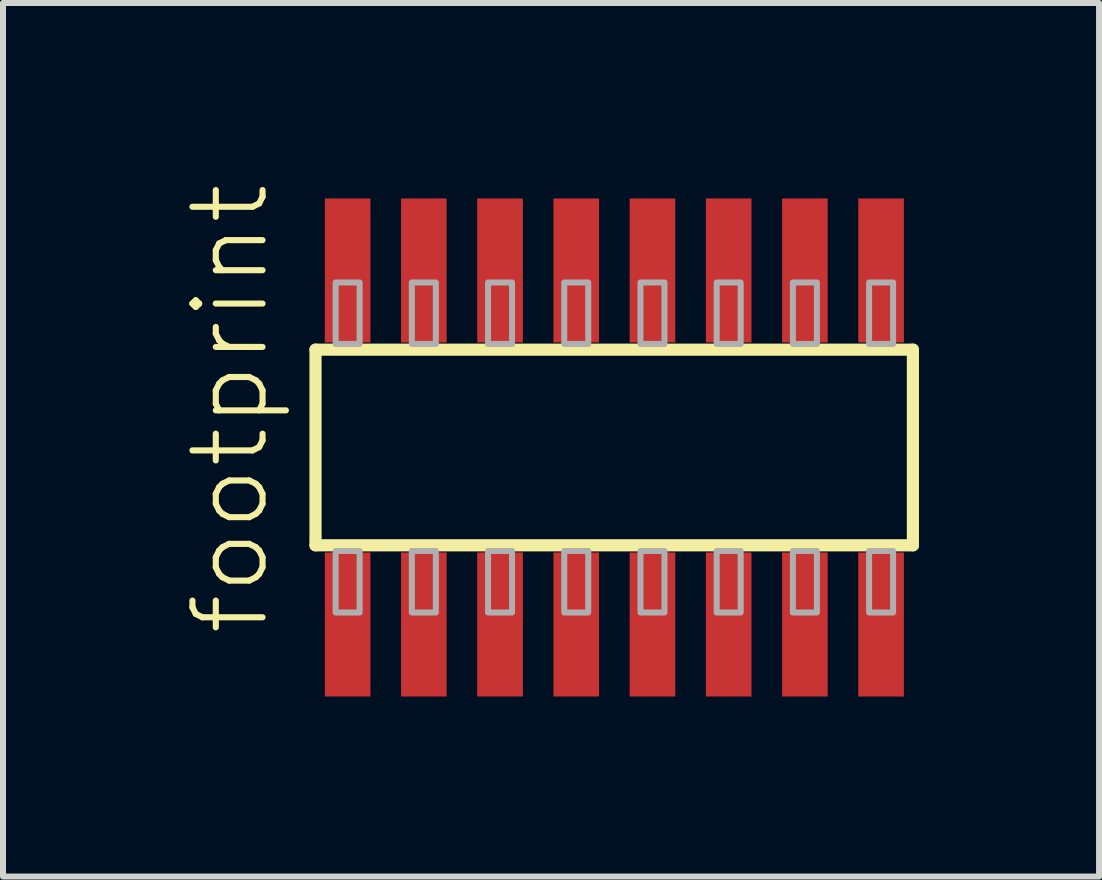
<source format=kicad_pcb>
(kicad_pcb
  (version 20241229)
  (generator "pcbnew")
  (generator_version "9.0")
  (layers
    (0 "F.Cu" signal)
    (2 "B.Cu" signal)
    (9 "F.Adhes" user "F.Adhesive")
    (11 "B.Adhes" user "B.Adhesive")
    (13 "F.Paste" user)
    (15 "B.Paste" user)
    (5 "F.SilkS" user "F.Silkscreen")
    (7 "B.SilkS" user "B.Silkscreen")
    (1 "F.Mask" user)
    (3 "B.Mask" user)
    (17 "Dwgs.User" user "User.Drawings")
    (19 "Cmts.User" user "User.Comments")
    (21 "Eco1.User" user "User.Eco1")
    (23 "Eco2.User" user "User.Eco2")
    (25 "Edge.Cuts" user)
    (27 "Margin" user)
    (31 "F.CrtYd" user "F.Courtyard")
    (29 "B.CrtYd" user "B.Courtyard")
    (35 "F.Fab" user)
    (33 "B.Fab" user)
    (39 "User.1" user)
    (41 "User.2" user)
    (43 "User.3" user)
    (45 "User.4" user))
  (footprint "footprint"
    (layer "F.Cu")
    (at 7.188 4.407)
    (property "Reference" "footprint" (at -5.715 3.175 90) (layer "F.SilkS") (effects (font (size 1.168 1.168) (thickness 0.102)) (justify left bottom)))
    (fp_line (start -4.98 -1.63) (end 4.975 -1.63) (stroke (width 0.203) (type solid)) (layer "F.SilkS"))
    (fp_line (start -4.98 1.63) (end -4.98 -1.63) (stroke (width 0.203) (type solid)) (layer "F.SilkS"))
    (fp_line (start 4.975 -1.63) (end 4.975 1.63) (stroke (width 0.203) (type solid)) (layer "F.SilkS"))
    (fp_line (start 4.975 1.63) (end -4.98 1.63) (stroke (width 0.203) (type solid)) (layer "F.SilkS"))
    (fp_poly (pts (xy -4.645 -1.725) (xy -4.245 -1.725) (xy -4.245 -2.75) (xy -4.645 -2.75)) (stroke (width 0.1) (type solid)) (fill no) (layer "F.Fab"))
    (fp_poly (pts (xy -4.245 1.725) (xy -4.645 1.725) (xy -4.645 2.75) (xy -4.245 2.75)) (stroke (width 0.1) (type solid)) (fill no) (layer "F.Fab"))
    (fp_poly (pts (xy -3.375 -1.725) (xy -2.975 -1.725) (xy -2.975 -2.75) (xy -3.375 -2.75)) (stroke (width 0.1) (type solid)) (fill no) (layer "F.Fab"))
    (fp_poly (pts (xy -2.975 1.725) (xy -3.375 1.725) (xy -3.375 2.75) (xy -2.975 2.75)) (stroke (width 0.1) (type solid)) (fill no) (layer "F.Fab"))
    (fp_poly (pts (xy -2.105 -1.725) (xy -1.705 -1.725) (xy -1.705 -2.75) (xy -2.105 -2.75)) (stroke (width 0.1) (type solid)) (fill no) (layer "F.Fab"))
    (fp_poly (pts (xy -1.705 1.725) (xy -2.105 1.725) (xy -2.105 2.75) (xy -1.705 2.75)) (stroke (width 0.1) (type solid)) (fill no) (layer "F.Fab"))
    (fp_poly (pts (xy -0.835 -1.725) (xy -0.435 -1.725) (xy -0.435 -2.75) (xy -0.835 -2.75)) (stroke (width 0.1) (type solid)) (fill no) (layer "F.Fab"))
    (fp_poly (pts (xy -0.435 1.725) (xy -0.835 1.725) (xy -0.835 2.75) (xy -0.435 2.75)) (stroke (width 0.1) (type solid)) (fill no) (layer "F.Fab"))
    (fp_poly (pts (xy 0.435 -1.725) (xy 0.835 -1.725) (xy 0.835 -2.75) (xy 0.435 -2.75)) (stroke (width 0.1) (type solid)) (fill no) (layer "F.Fab"))
    (fp_poly (pts (xy 0.835 1.725) (xy 0.435 1.725) (xy 0.435 2.75) (xy 0.835 2.75)) (stroke (width 0.1) (type solid)) (fill no) (layer "F.Fab"))
    (fp_poly (pts (xy 1.705 -1.725) (xy 2.105 -1.725) (xy 2.105 -2.75) (xy 1.705 -2.75)) (stroke (width 0.1) (type solid)) (fill no) (layer "F.Fab"))
    (fp_poly (pts (xy 2.105 1.725) (xy 1.705 1.725) (xy 1.705 2.75) (xy 2.105 2.75)) (stroke (width 0.1) (type solid)) (fill no) (layer "F.Fab"))
    (fp_poly (pts (xy 2.975 -1.725) (xy 3.375 -1.725) (xy 3.375 -2.75) (xy 2.975 -2.75)) (stroke (width 0.1) (type solid)) (fill no) (layer "F.Fab"))
    (fp_poly (pts (xy 3.375 1.725) (xy 2.975 1.725) (xy 2.975 2.75) (xy 3.375 2.75)) (stroke (width 0.1) (type solid)) (fill no) (layer "F.Fab"))
    (fp_poly (pts (xy 4.245 -1.725) (xy 4.645 -1.725) (xy 4.645 -2.75) (xy 4.245 -2.75)) (stroke (width 0.1) (type solid)) (fill no) (layer "F.Fab"))
    (fp_poly (pts (xy 4.645 1.725) (xy 4.245 1.725) (xy 4.245 2.75) (xy 4.645 2.75)) (stroke (width 0.1) (type solid)) (fill no) (layer "F.Fab"))
    (pad "1" smd rect (at -4.445 2.95) (size 0.76 2.4) (layers "F.Cu" "F.Mask" "F.Paste"))
    (pad "2" smd rect (at -4.445 -2.95) (size 0.76 2.4) (layers "F.Cu" "F.Mask" "F.Paste"))
    (pad "3" smd rect (at -3.175 2.95) (size 0.76 2.4) (layers "F.Cu" "F.Mask" "F.Paste"))
    (pad "4" smd rect (at -3.175 -2.95) (size 0.76 2.4) (layers "F.Cu" "F.Mask" "F.Paste"))
    (pad "5" smd rect (at -1.905 2.95) (size 0.76 2.4) (layers "F.Cu" "F.Mask" "F.Paste"))
    (pad "6" smd rect (at -1.905 -2.95) (size 0.76 2.4) (layers "F.Cu" "F.Mask" "F.Paste"))
    (pad "7" smd rect (at -0.635 2.95) (size 0.76 2.4) (layers "F.Cu" "F.Mask" "F.Paste"))
    (pad "8" smd rect (at -0.635 -2.95) (size 0.76 2.4) (layers "F.Cu" "F.Mask" "F.Paste"))
    (pad "9" smd rect (at 0.635 2.95) (size 0.76 2.4) (layers "F.Cu" "F.Mask" "F.Paste"))
    (pad "10" smd rect (at 0.635 -2.95) (size 0.76 2.4) (layers "F.Cu" "F.Mask" "F.Paste"))
    (pad "11" smd rect (at 1.905 2.95) (size 0.76 2.4) (layers "F.Cu" "F.Mask" "F.Paste"))
    (pad "12" smd rect (at 1.905 -2.95) (size 0.76 2.4) (layers "F.Cu" "F.Mask" "F.Paste"))
    (pad "13" smd rect (at 3.175 2.95) (size 0.76 2.4) (layers "F.Cu" "F.Mask" "F.Paste"))
    (pad "14" smd rect (at 3.175 -2.95) (size 0.76 2.4) (layers "F.Cu" "F.Mask" "F.Paste"))
    (pad "15" smd rect (at 4.445 2.95) (size 0.76 2.4) (layers "F.Cu" "F.Mask" "F.Paste"))
    (pad "16" smd rect (at 4.445 -2.95) (size 0.76 2.4) (layers "F.Cu" "F.Mask" "F.Paste")))
  (gr_rect
    (start -3 -3)
    (end 15.265 11.557)
    (stroke (width 0.1) (type default))
    (fill no)
    (layer "Edge.Cuts")))
</source>
